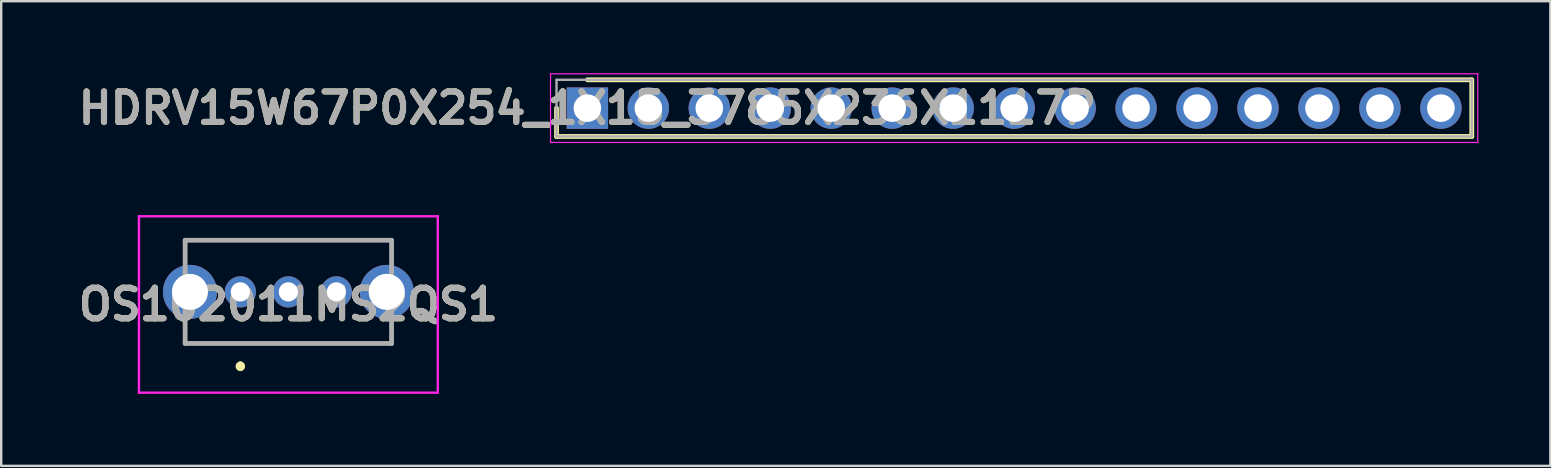
<source format=kicad_pcb>
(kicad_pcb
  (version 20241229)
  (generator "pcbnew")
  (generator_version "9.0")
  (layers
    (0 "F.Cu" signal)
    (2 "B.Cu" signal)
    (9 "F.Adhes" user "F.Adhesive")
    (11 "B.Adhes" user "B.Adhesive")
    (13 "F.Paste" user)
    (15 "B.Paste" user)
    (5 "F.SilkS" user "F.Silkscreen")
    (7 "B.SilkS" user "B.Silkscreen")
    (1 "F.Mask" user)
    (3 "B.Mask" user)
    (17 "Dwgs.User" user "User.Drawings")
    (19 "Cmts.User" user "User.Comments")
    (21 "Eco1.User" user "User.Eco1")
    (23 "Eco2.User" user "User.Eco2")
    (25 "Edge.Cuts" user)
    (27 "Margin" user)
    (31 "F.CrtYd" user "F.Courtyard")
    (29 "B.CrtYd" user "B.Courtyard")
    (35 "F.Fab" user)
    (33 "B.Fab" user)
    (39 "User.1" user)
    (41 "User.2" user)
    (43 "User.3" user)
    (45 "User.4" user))
  (footprint "HDRV15W67P0X254_1X15_3785X236X1117P"
    (layer "F.Cu")
    (at 21.421 1.455)
    (property "Reference" "HDRV15W67P0X254_1X15_3785X236X1117P" (at 0 0 0) (layer "F.SilkS") (effects (font (size 1.27 1.27) (thickness 0.254))))
    (attr through_hole)
    (fp_line (start -1.285 0) (end -1.285 1.18) (stroke (width 0.2) (type solid)) (layer "F.SilkS"))
    (fp_line (start -1.285 1.18) (end 36.845 1.18) (stroke (width 0.2) (type solid)) (layer "F.SilkS"))
    (fp_line (start 36.845 -1.18) (end 0 -1.18) (stroke (width 0.2) (type solid)) (layer "F.SilkS"))
    (fp_line (start 36.845 1.18) (end 36.845 -1.18) (stroke (width 0.2) (type solid)) (layer "F.SilkS"))
    (fp_line (start -1.535 -1.43) (end 37.095 -1.43) (stroke (width 0.05) (type solid)) (layer "F.CrtYd"))
    (fp_line (start -1.535 1.43) (end -1.535 -1.43) (stroke (width 0.05) (type solid)) (layer "F.CrtYd"))
    (fp_line (start 37.095 -1.43) (end 37.095 1.43) (stroke (width 0.05) (type solid)) (layer "F.CrtYd"))
    (fp_line (start 37.095 1.43) (end -1.535 1.43) (stroke (width 0.05) (type solid)) (layer "F.CrtYd"))
    (fp_line (start -1.285 -1.18) (end 36.845 -1.18) (stroke (width 0.1) (type solid)) (layer "F.Fab"))
    (fp_line (start -1.285 1.18) (end -1.285 -1.18) (stroke (width 0.1) (type solid)) (layer "F.Fab"))
    (fp_line (start 36.845 -1.18) (end 36.845 1.18) (stroke (width 0.1) (type solid)) (layer "F.Fab"))
    (fp_line (start 36.845 1.18) (end -1.285 1.18) (stroke (width 0.1) (type solid)) (layer "F.Fab"))
    (fp_text user "${REFERENCE}" (at 0 0 0) (layer "F.Fab") (effects (font (size 1.27 1.27) (thickness 0.254))))
    (pad "1" thru_hole rect (at 0 0) (size 1.725 1.725) (drill 1.15) (layers "*.Cu" "*.Mask"))
    (pad "2" thru_hole circle (at 2.54 0) (size 1.725 1.725) (drill 1.15) (layers "*.Cu" "*.Mask"))
    (pad "3" thru_hole circle (at 5.08 0) (size 1.725 1.725) (drill 1.15) (layers "*.Cu" "*.Mask"))
    (pad "4" thru_hole circle (at 7.62 0) (size 1.725 1.725) (drill 1.15) (layers "*.Cu" "*.Mask"))
    (pad "5" thru_hole circle (at 10.16 0) (size 1.725 1.725) (drill 1.15) (layers "*.Cu" "*.Mask"))
    (pad "6" thru_hole circle (at 12.7 0) (size 1.725 1.725) (drill 1.15) (layers "*.Cu" "*.Mask"))
    (pad "7" thru_hole circle (at 15.24 0) (size 1.725 1.725) (drill 1.15) (layers "*.Cu" "*.Mask"))
    (pad "8" thru_hole circle (at 17.78 0) (size 1.725 1.725) (drill 1.15) (layers "*.Cu" "*.Mask"))
    (pad "9" thru_hole circle (at 20.32 0) (size 1.725 1.725) (drill 1.15) (layers "*.Cu" "*.Mask"))
    (pad "10" thru_hole circle (at 22.86 0) (size 1.725 1.725) (drill 1.15) (layers "*.Cu" "*.Mask"))
    (pad "11" thru_hole circle (at 25.4 0) (size 1.725 1.725) (drill 1.15) (layers "*.Cu" "*.Mask"))
    (pad "12" thru_hole circle (at 27.94 0) (size 1.725 1.725) (drill 1.15) (layers "*.Cu" "*.Mask"))
    (pad "13" thru_hole circle (at 30.48 0) (size 1.725 1.725) (drill 1.15) (layers "*.Cu" "*.Mask"))
    (pad "14" thru_hole circle (at 33.02 0) (size 1.725 1.725) (drill 1.15) (layers "*.Cu" "*.Mask"))
    (pad "15" thru_hole circle (at 35.56 0) (size 1.725 1.725) (drill 1.15) (layers "*.Cu" "*.Mask")))
  (footprint "OS102011MS2QS1"
    (layer "F.Cu")
    (at 6.963 9.11)
    (property "Reference" "OS102011MS2QS1" (at 2 0.525 0) (layer "F.SilkS") (effects (font (size 1.27 1.27) (thickness 0.254))))
    (attr through_hole)
    (fp_line (start -2.3 -2.15) (end 6.3 -2.15) (stroke (width 0.1) (type solid)) (layer "F.SilkS"))
    (fp_line (start -2.3 2.15) (end 6.3 2.15) (stroke (width 0.1) (type solid)) (layer "F.SilkS"))
    (fp_line (start 0 3) (end 0 3) (stroke (width 0.2) (type solid)) (layer "F.SilkS"))
    (fp_line (start 0 3.2) (end 0 3.2) (stroke (width 0.2) (type solid)) (layer "F.SilkS"))
    (fp_arc (start 0 3) (mid 0.1 3.1) (end 0 3.2) (stroke (width 0.2) (type solid)) (layer "F.SilkS"))
    (fp_arc (start 0 3.2) (mid -0.1 3.1) (end 0 3) (stroke (width 0.2) (type solid)) (layer "F.SilkS"))
    (fp_line (start -4.225 -3.15) (end 8.225 -3.15) (stroke (width 0.1) (type solid)) (layer "F.CrtYd"))
    (fp_line (start -4.225 4.2) (end -4.225 -3.15) (stroke (width 0.1) (type solid)) (layer "F.CrtYd"))
    (fp_line (start 8.225 -3.15) (end 8.225 4.2) (stroke (width 0.1) (type solid)) (layer "F.CrtYd"))
    (fp_line (start 8.225 4.2) (end -4.225 4.2) (stroke (width 0.1) (type solid)) (layer "F.CrtYd"))
    (fp_line (start -2.3 -2.15) (end 6.3 -2.15) (stroke (width 0.2) (type solid)) (layer "F.Fab"))
    (fp_line (start -2.3 2.15) (end -2.3 -2.15) (stroke (width 0.2) (type solid)) (layer "F.Fab"))
    (fp_line (start 6.3 -2.15) (end 6.3 2.15) (stroke (width 0.2) (type solid)) (layer "F.Fab"))
    (fp_line (start 6.3 2.15) (end -2.3 2.15) (stroke (width 0.2) (type solid)) (layer "F.Fab"))
    (fp_text user "${REFERENCE}" (at 2 0.525 0) (layer "F.Fab") (effects (font (size 1.27 1.27) (thickness 0.254))))
    (pad "1" thru_hole circle (at 0 0) (size 1.3 1.3) (drill 0.8) (layers "*.Cu" "*.Mask"))
    (pad "2" thru_hole circle (at 2 0) (size 1.3 1.3) (drill 0.8) (layers "*.Cu" "*.Mask"))
    (pad "3" thru_hole circle (at 4 0) (size 1.3 1.3) (drill 0.8) (layers "*.Cu" "*.Mask"))
    (pad "MH1" thru_hole circle (at -2.1 0) (size 2.25 2.25) (drill 1.5) (layers "*.Cu" "*.Mask"))
    (pad "MH2" thru_hole circle (at 6.1 0) (size 2.25 2.25) (drill 1.5) (layers "*.Cu" "*.Mask")))
  (gr_rect
    (start -3 -3)
    (end 61.541 16.36)
    (stroke (width 0.1) (type default))
    (fill no)
    (layer "Edge.Cuts")))
</source>
